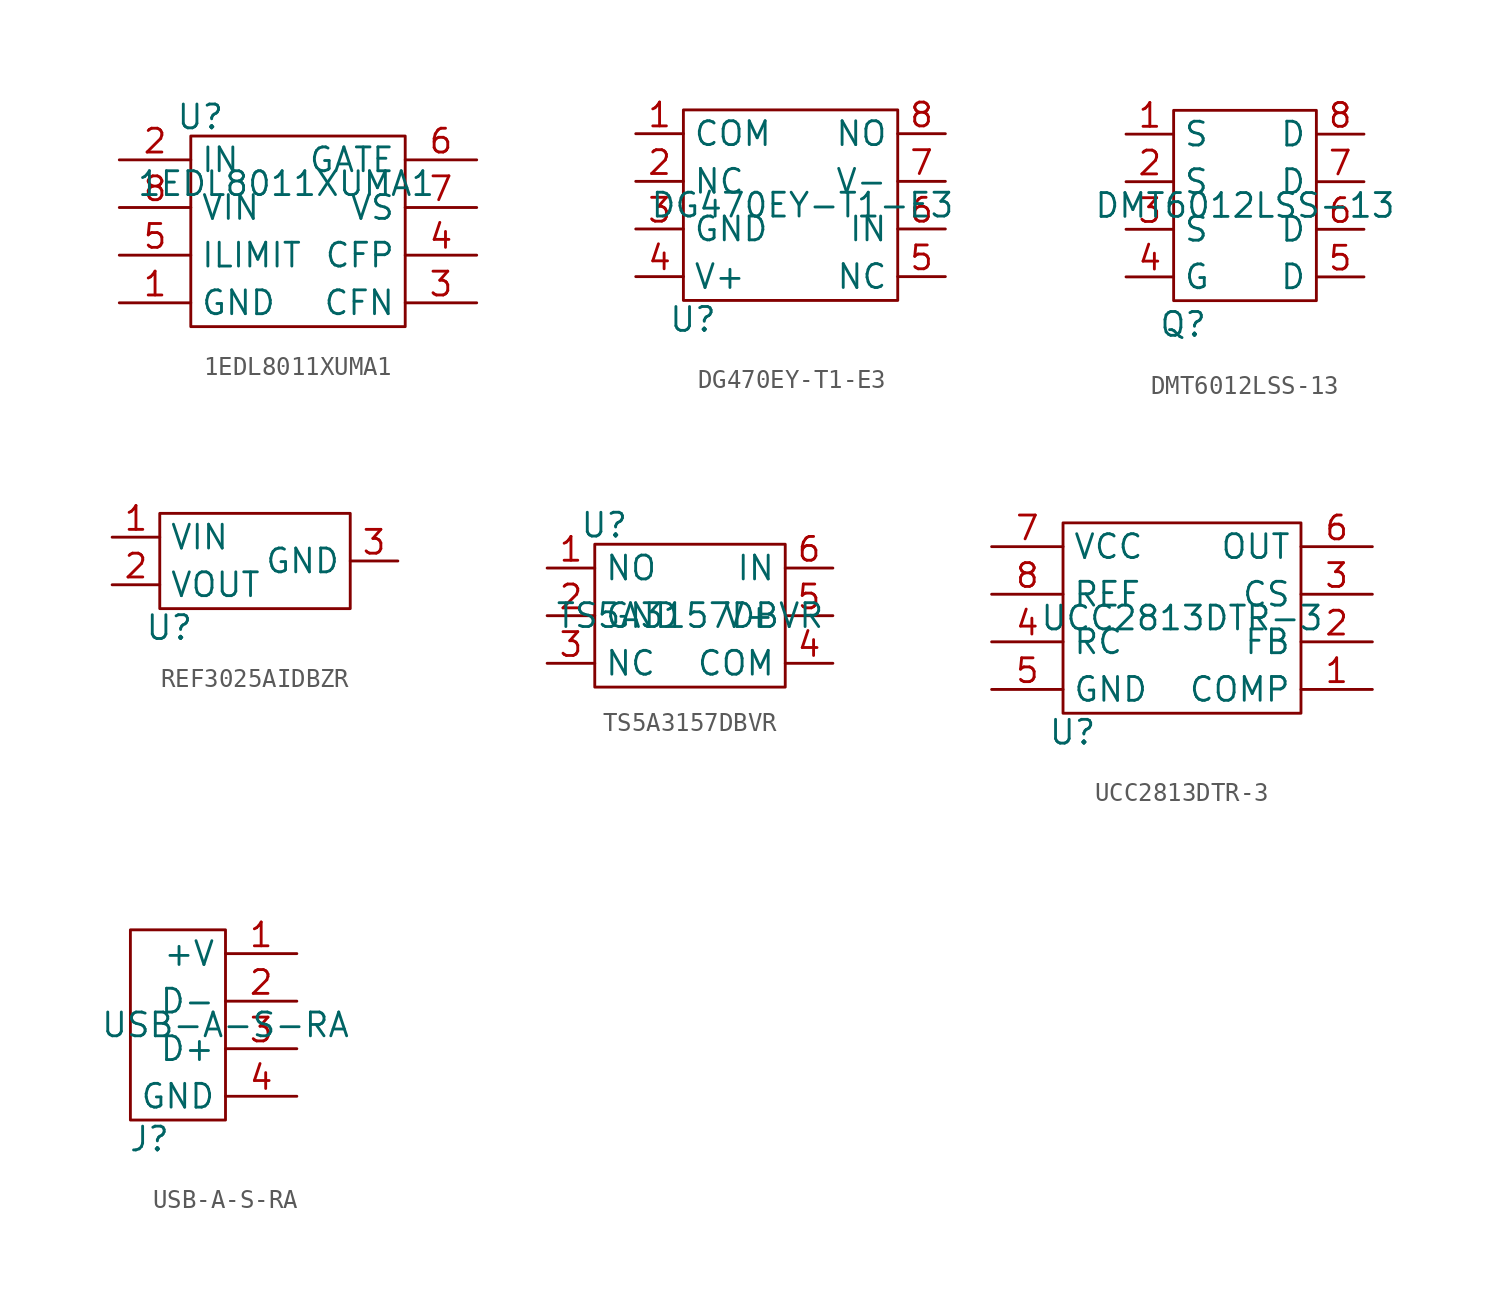
<source format=kicad_sym>
(kicad_symbol_lib
  (version 20241209)
  (generator "kicad_symbol_editor")
  (generator_version "9.0")
  (symbol "1EDL8011XUMA1"
    (property "Reference" "U"
      (at -4.572 3.556 0)
      (effects (font (size 1.27 1.27))))
    (property "Value" "1EDL8011XUMA1"
      (at 0 0 0)
      (effects (font (size 1.27 1.27))))
    (symbol "1EDL8011XUMA1_0_1"
      (rectangle (start -5.08 2.54) (end 6.35 -7.62) (stroke (width 0) (type default)) (fill (type none))))
    (symbol "1EDL8011XUMA1_1_1"
      (pin passive line (at -8.89 1.27 0) (length 3.81) (name "IN" (effects (font (size 1.27 1.27)))) (number "2" (effects (font (size 1.27 1.27)))))
      (pin passive line (at -8.89 -1.27 0) (length 3.81) (name "VIN" (effects (font (size 1.27 1.27)))) (number "8" (effects (font (size 1.27 1.27)))))
      (pin passive line (at -8.89 -3.81 0) (length 3.81) (name "ILIMIT" (effects (font (size 1.27 1.27)))) (number "5" (effects (font (size 1.27 1.27)))))
      (pin passive line (at -8.89 -6.35 0) (length 3.81) (name "GND" (effects (font (size 1.27 1.27)))) (number "1" (effects (font (size 1.27 1.27)))))
      (pin passive line (at 10.16 1.27 180) (length 3.81) (name "GATE" (effects (font (size 1.27 1.27)))) (number "6" (effects (font (size 1.27 1.27)))))
      (pin passive line (at 10.16 -1.27 180) (length 3.81) (name "VS" (effects (font (size 1.27 1.27)))) (number "7" (effects (font (size 1.27 1.27)))))
      (pin passive line (at 10.16 -3.81 180) (length 3.81) (name "CFP" (effects (font (size 1.27 1.27)))) (number "4" (effects (font (size 1.27 1.27)))))
      (pin passive line (at 10.16 -6.35 180) (length 3.81) (name "CFN" (effects (font (size 1.27 1.27)))) (number "3" (effects (font (size 1.27 1.27)))))))
  (symbol "DG470EY-T1-E3"
    (property "Reference" "U"
      (at -5.842 -6.096 0)
      (effects (font (size 1.27 1.27))))
    (property "Value" "DG470EY-T1-E3"
      (at 0 0 0)
      (effects (font (size 1.27 1.27))))
    (symbol "DG470EY-T1-E3_0_1"
      (rectangle (start -6.35 5.08) (end 5.08 -5.08) (stroke (width 0) (type default)) (fill (type none))))
    (symbol "DG470EY-T1-E3_1_1"
      (pin passive line (at -8.89 3.81 0) (length 2.54) (name "COM" (effects (font (size 1.27 1.27)))) (number "1" (effects (font (size 1.27 1.27)))))
      (pin passive line (at -8.89 1.27 0) (length 2.54) (name "NC" (effects (font (size 1.27 1.27)))) (number "2" (effects (font (size 1.27 1.27)))))
      (pin passive line (at -8.89 -1.27 0) (length 2.54) (name "GND" (effects (font (size 1.27 1.27)))) (number "3" (effects (font (size 1.27 1.27)))))
      (pin passive line (at -8.89 -3.81 0) (length 2.54) (name "V+" (effects (font (size 1.27 1.27)))) (number "4" (effects (font (size 1.27 1.27)))))
      (pin passive line (at 7.62 3.81 180) (length 2.54) (name "NO" (effects (font (size 1.27 1.27)))) (number "8" (effects (font (size 1.27 1.27)))))
      (pin passive line (at 7.62 1.27 180) (length 2.54) (name "V-" (effects (font (size 1.27 1.27)))) (number "7" (effects (font (size 1.27 1.27)))))
      (pin passive line (at 7.62 -1.27 180) (length 2.54) (name "IN" (effects (font (size 1.27 1.27)))) (number "6" (effects (font (size 1.27 1.27)))))
      (pin passive line (at 7.62 -3.81 180) (length 2.54) (name "NC" (effects (font (size 1.27 1.27)))) (number "5" (effects (font (size 1.27 1.27)))))))
  (symbol "DMT6012LSS-13"
    (property "Reference" "Q"
      (at -3.302 -6.35 0)
      (effects (font (size 1.27 1.27))))
    (property "Value" "DMT6012LSS-13"
      (at 0 0 0)
      (effects (font (size 1.27 1.27))))
    (symbol "DMT6012LSS-13_0_1"
      (rectangle (start -3.81 5.08) (end 3.81 -5.08) (stroke (width 0) (type default)) (fill (type none))))
    (symbol "DMT6012LSS-13_1_1"
      (pin passive line (at -6.35 3.81 0) (length 2.54) (name "S" (effects (font (size 1.27 1.27)))) (number "1" (effects (font (size 1.27 1.27)))))
      (pin passive line (at -6.35 1.27 0) (length 2.54) (name "S" (effects (font (size 1.27 1.27)))) (number "2" (effects (font (size 1.27 1.27)))))
      (pin passive line (at -6.35 -1.27 0) (length 2.54) (name "S" (effects (font (size 1.27 1.27)))) (number "3" (effects (font (size 1.27 1.27)))))
      (pin passive line (at -6.35 -3.81 0) (length 2.54) (name "G" (effects (font (size 1.27 1.27)))) (number "4" (effects (font (size 1.27 1.27)))))
      (pin passive line (at 6.35 3.81 180) (length 2.54) (name "D" (effects (font (size 1.27 1.27)))) (number "8" (effects (font (size 1.27 1.27)))))
      (pin passive line (at 6.35 1.27 180) (length 2.54) (name "D" (effects (font (size 1.27 1.27)))) (number "7" (effects (font (size 1.27 1.27)))))
      (pin passive line (at 6.35 -1.27 180) (length 2.54) (name "D" (effects (font (size 1.27 1.27)))) (number "6" (effects (font (size 1.27 1.27)))))
      (pin passive line (at 6.35 -3.81 180) (length 2.54) (name "D" (effects (font (size 1.27 1.27)))) (number "5" (effects (font (size 1.27 1.27)))))))
  (symbol "REF3025AIDBZR"
    (property "Reference" "U"
      (at -4.572 -3.556 0)
      (effects (font (size 1.27 1.27))))
    (property "Value" ""
      (at 0 0 0)
      (effects (font (size 1.27 1.27))))
    (symbol "REF3025AIDBZR_0_1"
      (rectangle (start -5.08 2.54) (end 5.08 -2.54) (stroke (width 0) (type default)) (fill (type none))))
    (symbol "REF3025AIDBZR_1_1"
      (pin passive line (at -7.62 1.27 0) (length 2.54) (name "VIN" (effects (font (size 1.27 1.27)))) (number "1" (effects (font (size 1.27 1.27)))))
      (pin passive line (at -7.62 -1.27 0) (length 2.54) (name "VOUT" (effects (font (size 1.27 1.27)))) (number "2" (effects (font (size 1.27 1.27)))))
      (pin passive line (at 7.62 0 180) (length 2.54) (name "GND" (effects (font (size 1.27 1.27)))) (number "3" (effects (font (size 1.27 1.27)))))))
  (symbol "TS5A3157DBVR"
    (property "Reference" "U"
      (at -4.572 4.826 0)
      (effects (font (size 1.27 1.27))))
    (property "Value" "TS5A3157DBVR"
      (at 0 0 0)
      (effects (font (size 1.27 1.27))))
    (symbol "TS5A3157DBVR_0_1"
      (rectangle (start -5.08 3.81) (end 5.08 -3.81) (stroke (width 0) (type default)) (fill (type none))))
    (symbol "TS5A3157DBVR_1_1"
      (pin passive line (at -7.62 2.54 0) (length 2.54) (name "NO" (effects (font (size 1.27 1.27)))) (number "1" (effects (font (size 1.27 1.27)))))
      (pin passive line (at -7.62 0 0) (length 2.54) (name "GND" (effects (font (size 1.27 1.27)))) (number "2" (effects (font (size 1.27 1.27)))))
      (pin passive line (at -7.62 -2.54 0) (length 2.54) (name "NC" (effects (font (size 1.27 1.27)))) (number "3" (effects (font (size 1.27 1.27)))))
      (pin passive line (at 7.62 2.54 180) (length 2.54) (name "IN" (effects (font (size 1.27 1.27)))) (number "6" (effects (font (size 1.27 1.27)))))
      (pin passive line (at 7.62 0 180) (length 2.54) (name "V+" (effects (font (size 1.27 1.27)))) (number "5" (effects (font (size 1.27 1.27)))))
      (pin passive line (at 7.62 -2.54 180) (length 2.54) (name "COM" (effects (font (size 1.27 1.27)))) (number "4" (effects (font (size 1.27 1.27)))))))
  (symbol "UCC2813DTR-3"
    (property "Reference" "U"
      (at -5.842 -6.096 0)
      (effects (font (size 1.27 1.27))))
    (property "Value" "UCC2813DTR-3"
      (at 0 0 0)
      (effects (font (size 1.27 1.27))))
    (symbol "UCC2813DTR-3_0_1"
      (rectangle (start -6.35 5.08) (end 6.35 -5.08) (stroke (width 0) (type default)) (fill (type none))))
    (symbol "UCC2813DTR-3_1_1"
      (pin passive line (at -10.16 3.81 0) (length 3.81) (name "VCC" (effects (font (size 1.27 1.27)))) (number "7" (effects (font (size 1.27 1.27)))))
      (pin passive line (at -10.16 1.27 0) (length 3.81) (name "REF" (effects (font (size 1.27 1.27)))) (number "8" (effects (font (size 1.27 1.27)))))
      (pin passive line (at -10.16 -1.27 0) (length 3.81) (name "RC" (effects (font (size 1.27 1.27)))) (number "4" (effects (font (size 1.27 1.27)))))
      (pin passive line (at -10.16 -3.81 0) (length 3.81) (name "GND" (effects (font (size 1.27 1.27)))) (number "5" (effects (font (size 1.27 1.27)))))
      (pin passive line (at 10.16 3.81 180) (length 3.81) (name "OUT" (effects (font (size 1.27 1.27)))) (number "6" (effects (font (size 1.27 1.27)))))
      (pin passive line (at 10.16 1.27 180) (length 3.81) (name "CS" (effects (font (size 1.27 1.27)))) (number "3" (effects (font (size 1.27 1.27)))))
      (pin passive line (at 10.16 -1.27 180) (length 3.81) (name "FB" (effects (font (size 1.27 1.27)))) (number "2" (effects (font (size 1.27 1.27)))))
      (pin passive line (at 10.16 -3.81 180) (length 3.81) (name "COMP" (effects (font (size 1.27 1.27)))) (number "1" (effects (font (size 1.27 1.27)))))))
  (symbol "USB-A-S-RA"
    (property "Reference" "J"
      (at -4.064 -6.096 0)
      (effects (font (size 1.27 1.27))))
    (property "Value" "USB-A-S-RA"
      (at 0 0 0)
      (effects (font (size 1.27 1.27))))
    (symbol "USB-A-S-RA_0_1"
      (rectangle (start 0 5.08) (end -5.08 -5.08) (stroke (width 0) (type default)) (fill (type none))))
    (symbol "USB-A-S-RA_1_1"
      (pin passive line (at 3.81 3.81 180) (length 3.81) (name "+V" (effects (font (size 1.27 1.27)))) (number "1" (effects (font (size 1.27 1.27)))))
      (pin passive line (at 3.81 1.27 180) (length 3.81) (name "D-" (effects (font (size 1.27 1.27)))) (number "2" (effects (font (size 1.27 1.27)))))
      (pin passive line (at 3.81 -1.27 180) (length 3.81) (name "D+" (effects (font (size 1.27 1.27)))) (number "3" (effects (font (size 1.27 1.27)))))
      (pin passive line (at 3.81 -3.81 180) (length 3.81) (name "GND" (effects (font (size 1.27 1.27)))) (number "4" (effects (font (size 1.27 1.27))))))))
</source>
